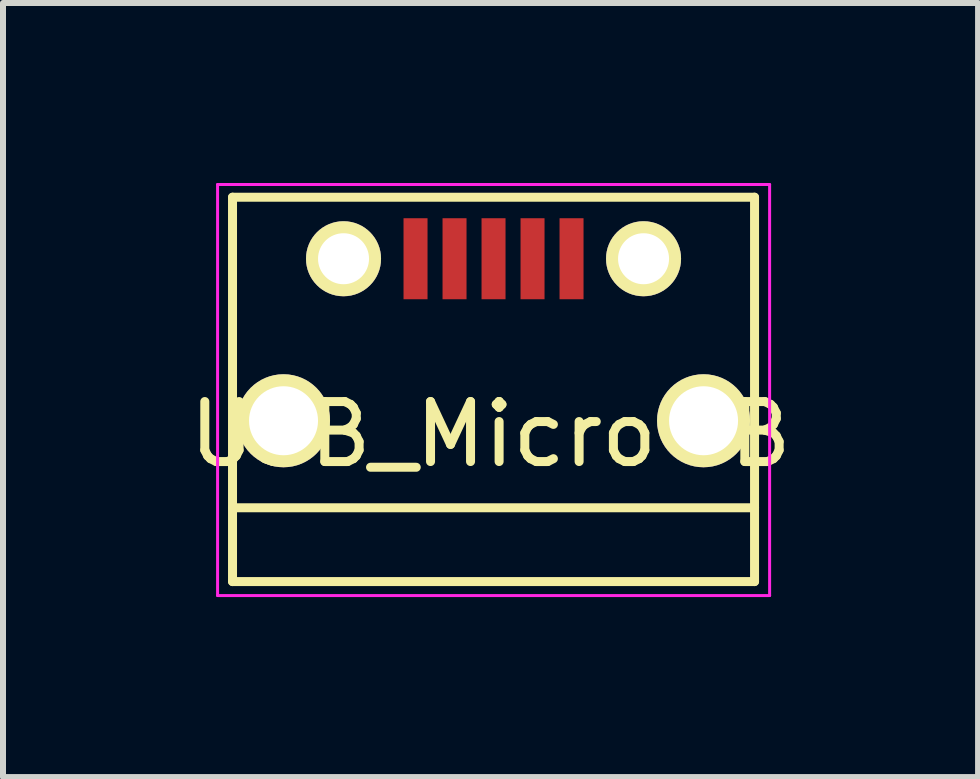
<source format=kicad_pcb>
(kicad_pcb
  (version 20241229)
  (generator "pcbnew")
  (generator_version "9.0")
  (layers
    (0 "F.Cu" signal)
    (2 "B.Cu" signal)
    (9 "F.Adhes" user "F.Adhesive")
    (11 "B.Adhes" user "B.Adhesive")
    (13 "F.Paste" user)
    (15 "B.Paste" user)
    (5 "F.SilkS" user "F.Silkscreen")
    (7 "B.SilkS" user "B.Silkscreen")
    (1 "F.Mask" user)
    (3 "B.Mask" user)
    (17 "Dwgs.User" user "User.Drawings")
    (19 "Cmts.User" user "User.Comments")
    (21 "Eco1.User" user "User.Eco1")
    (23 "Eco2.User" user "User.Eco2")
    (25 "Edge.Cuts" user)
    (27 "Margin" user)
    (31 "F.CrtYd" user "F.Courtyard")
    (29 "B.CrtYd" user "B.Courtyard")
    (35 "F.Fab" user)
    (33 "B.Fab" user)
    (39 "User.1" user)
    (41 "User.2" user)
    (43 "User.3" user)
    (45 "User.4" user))
  (footprint "USB_Micro-B"
    (layer "F.Cu")
    (at 5.176 2.825)
    (property "Reference" "USB_Micro-B" (at -0.051 1.362 0) (layer "F.SilkS") (effects (font (size 1 1) (thickness 0.15))))
    (attr smd)
    (fp_line (start -4.351 -2.588) (end 4.349 -2.588) (stroke (width 0.15) (type solid)) (layer "F.SilkS"))
    (fp_line (start -4.351 3.817) (end -4.351 -2.588) (stroke (width 0.15) (type solid)) (layer "F.SilkS"))
    (fp_line (start -4.351 3.817) (end 4.349 3.817) (stroke (width 0.15) (type solid)) (layer "F.SilkS"))
    (fp_line (start 4.349 -2.588) (end 4.349 3.817) (stroke (width 0.15) (type solid)) (layer "F.SilkS"))
    (fp_line (start 4.349 2.587) (end -4.351 2.587) (stroke (width 0.15) (type solid)) (layer "F.SilkS"))
    (fp_line (start -4.6 -2.8) (end 4.6 -2.8) (stroke (width 0.05) (type solid)) (layer "F.CrtYd"))
    (fp_line (start -4.6 4.05) (end -4.6 -2.8) (stroke (width 0.05) (type solid)) (layer "F.CrtYd"))
    (fp_line (start 4.6 -2.8) (end 4.6 4.05) (stroke (width 0.05) (type solid)) (layer "F.CrtYd"))
    (fp_line (start 4.6 4.05) (end -4.6 4.05) (stroke (width 0.05) (type solid)) (layer "F.CrtYd"))
    (pad "1" smd rect (at -1.301 -1.563 90) (size 1.35 0.4) (layers "F.Cu" "F.Mask" "F.Paste"))
    (pad "2" smd rect (at -0.651 -1.563 90) (size 1.35 0.4) (layers "F.Cu" "F.Mask" "F.Paste"))
    (pad "3" smd rect (at -0.001 -1.563 90) (size 1.35 0.4) (layers "F.Cu" "F.Mask" "F.Paste"))
    (pad "4" smd rect (at 0.649 -1.563 90) (size 1.35 0.4) (layers "F.Cu" "F.Mask" "F.Paste"))
    (pad "5" smd rect (at 1.299 -1.563 90) (size 1.35 0.4) (layers "F.Cu" "F.Mask" "F.Paste"))
    (pad "6" thru_hole oval (at -3.501 1.137 90) (size 1.55 1.55) (drill 1.15) (layers "*.Cu" "*.Mask" "F.SilkS"))
    (pad "6" thru_hole oval (at -2.501 -1.563 90) (size 1.25 1.25) (drill 0.85) (layers "*.Cu" "*.Mask" "F.SilkS"))
    (pad "6" thru_hole oval (at 2.499 -1.563 90) (size 1.25 1.25) (drill 0.85) (layers "*.Cu" "*.Mask" "F.SilkS"))
    (pad "6" thru_hole oval (at 3.499 1.137 90) (size 1.55 1.55) (drill 1.15) (layers "*.Cu" "*.Mask" "F.SilkS")))
  (gr_rect
    (start -3 -3)
    (end 13.25 9.9)
    (stroke (width 0.1) (type default))
    (fill no)
    (layer "Edge.Cuts")))
</source>
